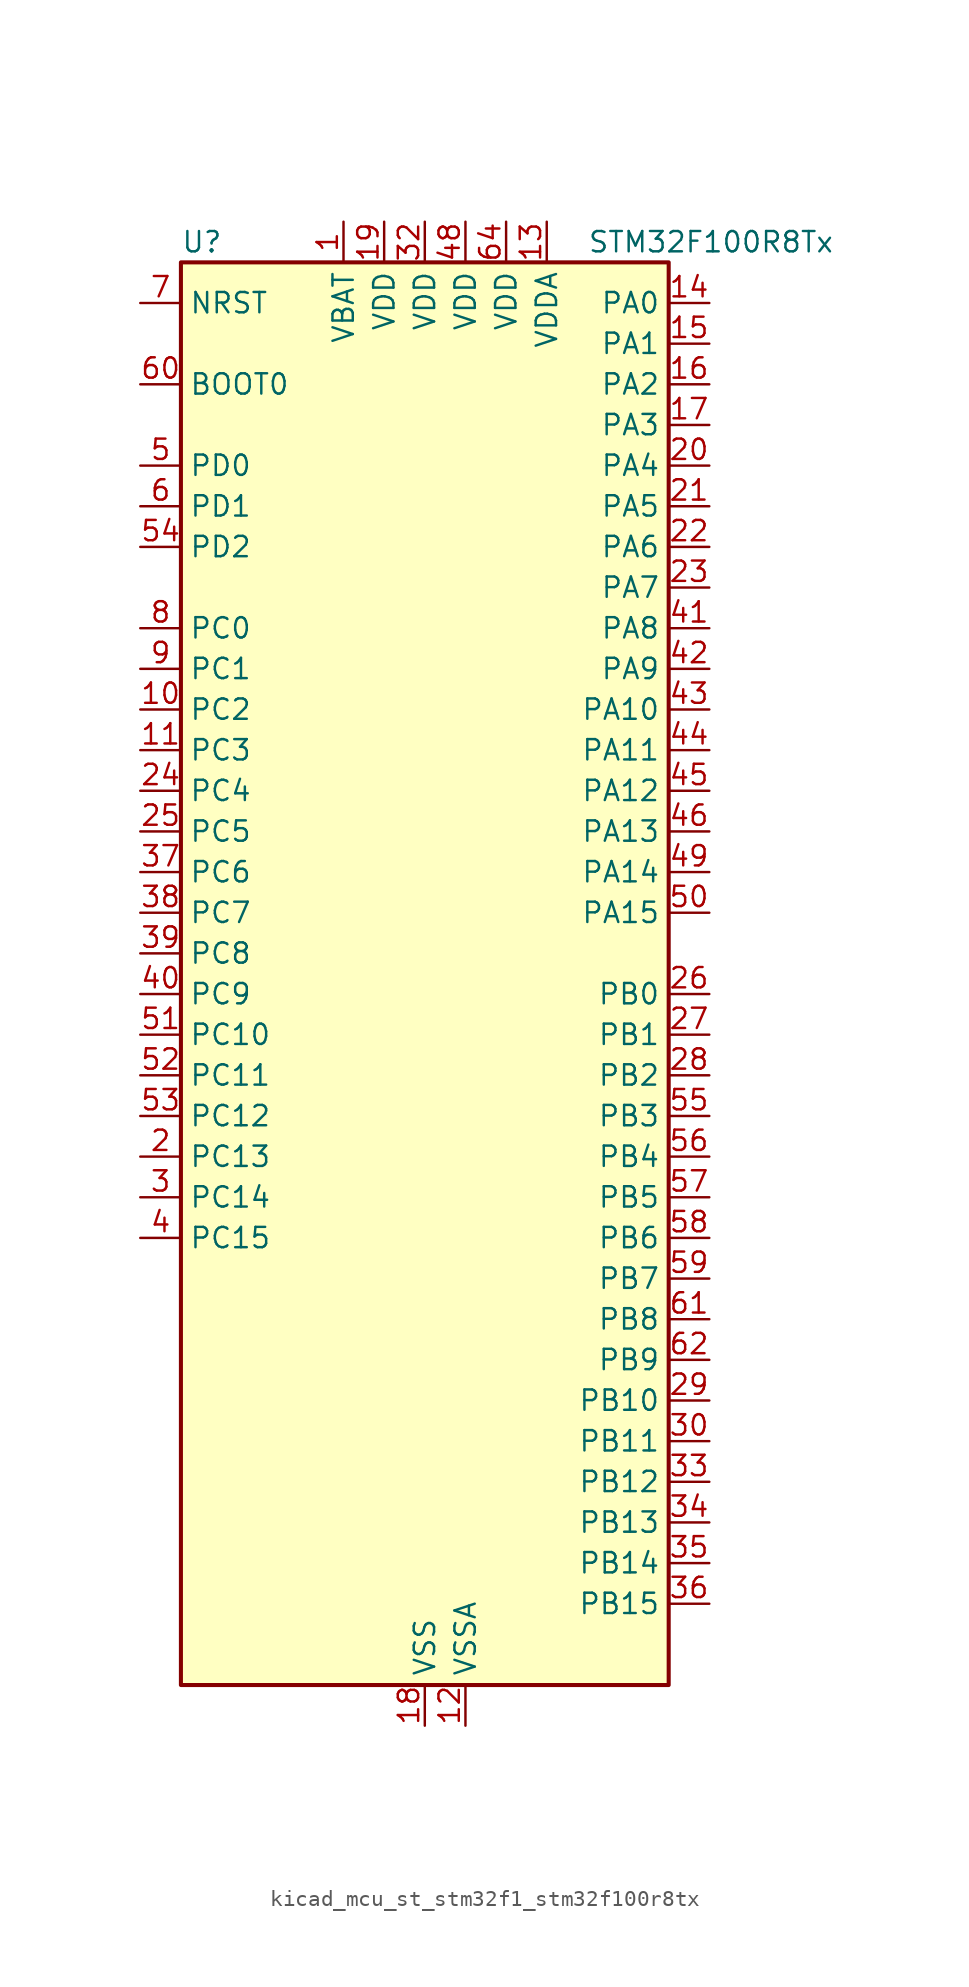
<source format=kicad_sym>
(kicad_symbol_lib
  (version 20220914)
  (generator kicad_symbol_editor)
  (symbol "kicad_mcu_st_stm32f1_stm32f100r8tx"
    (property "Reference" "U"
      (at -15.24 46.99 0)
      (effects (font (size 1.27 1.27)) (justify left)))
    (property "Value" "STM32F100R8Tx"
      (at 10.16 46.99 0)
      (effects (font (size 1.27 1.27)) (justify left)))
    (property "ki_locked" ""
      (at 0 0 0)
      (effects (font (size 1.27 1.27))))
    (symbol "kicad_mcu_st_stm32f1_stm32f100r8tx_0_1"
      (rectangle (start -15.24 -43.18) (end 15.24 45.72) (stroke (width 0.254) (type default)) (fill (type background))))
    (symbol "kicad_mcu_st_stm32f1_stm32f100r8tx_1_1"
      (pin power_in line (at -5.08 48.26 270) (length 2.54) (name "VBAT" (effects (font (size 1.27 1.27)))) (number "1" (effects (font (size 1.27 1.27)))))
      (pin bidirectional line (at -17.78 17.78 0) (length 2.54) (name "PC2" (effects (font (size 1.27 1.27)))) (number "10" (effects (font (size 1.27 1.27)))) (alternate "ADC1_IN12" bidirectional line))
      (pin bidirectional line (at -17.78 15.24 0) (length 2.54) (name "PC3" (effects (font (size 1.27 1.27)))) (number "11" (effects (font (size 1.27 1.27)))) (alternate "ADC1_IN13" bidirectional line))
      (pin power_in line (at 2.54 -45.72 90) (length 2.54) (name "VSSA" (effects (font (size 1.27 1.27)))) (number "12" (effects (font (size 1.27 1.27)))))
      (pin power_in line (at 7.62 48.26 270) (length 2.54) (name "VDDA" (effects (font (size 1.27 1.27)))) (number "13" (effects (font (size 1.27 1.27)))))
      (pin bidirectional line (at 17.78 43.18 180) (length 2.54) (name "PA0" (effects (font (size 1.27 1.27)))) (number "14" (effects (font (size 1.27 1.27)))) (alternate "ADC1_IN0" bidirectional line) (alternate "SYS_WKUP" bidirectional line) (alternate "TIM2_CH1" bidirectional line) (alternate "TIM2_ETR" bidirectional line) (alternate "USART2_CTS" bidirectional line))
      (pin bidirectional line (at 17.78 40.64 180) (length 2.54) (name "PA1" (effects (font (size 1.27 1.27)))) (number "15" (effects (font (size 1.27 1.27)))) (alternate "ADC1_IN1" bidirectional line) (alternate "TIM2_CH2" bidirectional line) (alternate "USART2_RTS" bidirectional line))
      (pin bidirectional line (at 17.78 38.1 180) (length 2.54) (name "PA2" (effects (font (size 1.27 1.27)))) (number "16" (effects (font (size 1.27 1.27)))) (alternate "ADC1_IN2" bidirectional line) (alternate "TIM15_CH1" bidirectional line) (alternate "TIM2_CH3" bidirectional line) (alternate "USART2_TX" bidirectional line))
      (pin bidirectional line (at 17.78 35.56 180) (length 2.54) (name "PA3" (effects (font (size 1.27 1.27)))) (number "17" (effects (font (size 1.27 1.27)))) (alternate "ADC1_IN3" bidirectional line) (alternate "TIM15_CH2" bidirectional line) (alternate "TIM2_CH4" bidirectional line) (alternate "USART2_RX" bidirectional line))
      (pin power_in line (at 0 -45.72 90) (length 2.54) (name "VSS" (effects (font (size 1.27 1.27)))) (number "18" (effects (font (size 1.27 1.27)))))
      (pin power_in line (at -2.54 48.26 270) (length 2.54) (name "VDD" (effects (font (size 1.27 1.27)))) (number "19" (effects (font (size 1.27 1.27)))))
      (pin bidirectional line (at -17.78 -10.16 0) (length 2.54) (name "PC13" (effects (font (size 1.27 1.27)))) (number "2" (effects (font (size 1.27 1.27)))) (alternate "RTC_OUT" bidirectional line) (alternate "RTC_TAMPER" bidirectional line))
      (pin bidirectional line (at 17.78 33.02 180) (length 2.54) (name "PA4" (effects (font (size 1.27 1.27)))) (number "20" (effects (font (size 1.27 1.27)))) (alternate "ADC1_IN4" bidirectional line) (alternate "DAC_OUT1" bidirectional line) (alternate "SPI1_NSS" bidirectional line) (alternate "USART2_CK" bidirectional line))
      (pin bidirectional line (at 17.78 30.48 180) (length 2.54) (name "PA5" (effects (font (size 1.27 1.27)))) (number "21" (effects (font (size 1.27 1.27)))) (alternate "ADC1_IN5" bidirectional line) (alternate "DAC_OUT2" bidirectional line) (alternate "SPI1_SCK" bidirectional line))
      (pin bidirectional line (at 17.78 27.94 180) (length 2.54) (name "PA6" (effects (font (size 1.27 1.27)))) (number "22" (effects (font (size 1.27 1.27)))) (alternate "ADC1_IN6" bidirectional line) (alternate "SPI1_MISO" bidirectional line) (alternate "TIM16_CH1" bidirectional line) (alternate "TIM1_BKIN" bidirectional line) (alternate "TIM3_CH1" bidirectional line))
      (pin bidirectional line (at 17.78 25.4 180) (length 2.54) (name "PA7" (effects (font (size 1.27 1.27)))) (number "23" (effects (font (size 1.27 1.27)))) (alternate "ADC1_IN7" bidirectional line) (alternate "SPI1_MOSI" bidirectional line) (alternate "TIM17_CH1" bidirectional line) (alternate "TIM1_CH1N" bidirectional line) (alternate "TIM3_CH2" bidirectional line))
      (pin bidirectional line (at -17.78 12.7 0) (length 2.54) (name "PC4" (effects (font (size 1.27 1.27)))) (number "24" (effects (font (size 1.27 1.27)))) (alternate "ADC1_IN14" bidirectional line))
      (pin bidirectional line (at -17.78 10.16 0) (length 2.54) (name "PC5" (effects (font (size 1.27 1.27)))) (number "25" (effects (font (size 1.27 1.27)))) (alternate "ADC1_IN15" bidirectional line))
      (pin bidirectional line (at 17.78 0 180) (length 2.54) (name "PB0" (effects (font (size 1.27 1.27)))) (number "26" (effects (font (size 1.27 1.27)))) (alternate "ADC1_IN8" bidirectional line) (alternate "TIM1_CH2N" bidirectional line) (alternate "TIM3_CH3" bidirectional line))
      (pin bidirectional line (at 17.78 -2.54 180) (length 2.54) (name "PB1" (effects (font (size 1.27 1.27)))) (number "27" (effects (font (size 1.27 1.27)))) (alternate "ADC1_IN9" bidirectional line) (alternate "TIM1_CH3N" bidirectional line) (alternate "TIM3_CH4" bidirectional line))
      (pin bidirectional line (at 17.78 -5.08 180) (length 2.54) (name "PB2" (effects (font (size 1.27 1.27)))) (number "28" (effects (font (size 1.27 1.27)))))
      (pin bidirectional line (at 17.78 -25.4 180) (length 2.54) (name "PB10" (effects (font (size 1.27 1.27)))) (number "29" (effects (font (size 1.27 1.27)))) (alternate "CEC" bidirectional line) (alternate "I2C2_SCL" bidirectional line) (alternate "TIM2_CH3" bidirectional line) (alternate "USART3_TX" bidirectional line))
      (pin bidirectional line (at -17.78 -12.7 0) (length 2.54) (name "PC14" (effects (font (size 1.27 1.27)))) (number "3" (effects (font (size 1.27 1.27)))) (alternate "RCC_OSC32_IN" bidirectional line))
      (pin bidirectional line (at 17.78 -27.94 180) (length 2.54) (name "PB11" (effects (font (size 1.27 1.27)))) (number "30" (effects (font (size 1.27 1.27)))) (alternate "ADC1_EXTI11" bidirectional line) (alternate "I2C2_SDA" bidirectional line) (alternate "TIM2_CH4" bidirectional line) (alternate "USART3_RX" bidirectional line))
      (pin passive line (at 0 -45.72 90) (length 2.54) hide (name "VSS" (effects (font (size 1.27 1.27)))) (number "31" (effects (font (size 1.27 1.27)))))
      (pin power_in line (at 0 48.26 270) (length 2.54) (name "VDD" (effects (font (size 1.27 1.27)))) (number "32" (effects (font (size 1.27 1.27)))))
      (pin bidirectional line (at 17.78 -30.48 180) (length 2.54) (name "PB12" (effects (font (size 1.27 1.27)))) (number "33" (effects (font (size 1.27 1.27)))) (alternate "I2C2_SMBA" bidirectional line) (alternate "SPI2_NSS" bidirectional line) (alternate "TIM1_BKIN" bidirectional line) (alternate "USART3_CK" bidirectional line))
      (pin bidirectional line (at 17.78 -33.02 180) (length 2.54) (name "PB13" (effects (font (size 1.27 1.27)))) (number "34" (effects (font (size 1.27 1.27)))) (alternate "SPI2_SCK" bidirectional line) (alternate "TIM1_CH1N" bidirectional line) (alternate "USART3_CTS" bidirectional line))
      (pin bidirectional line (at 17.78 -35.56 180) (length 2.54) (name "PB14" (effects (font (size 1.27 1.27)))) (number "35" (effects (font (size 1.27 1.27)))) (alternate "SPI2_MISO" bidirectional line) (alternate "TIM15_CH1" bidirectional line) (alternate "TIM1_CH2N" bidirectional line) (alternate "USART3_RTS" bidirectional line))
      (pin bidirectional line (at 17.78 -38.1 180) (length 2.54) (name "PB15" (effects (font (size 1.27 1.27)))) (number "36" (effects (font (size 1.27 1.27)))) (alternate "ADC1_EXTI15" bidirectional line) (alternate "SPI2_MOSI" bidirectional line) (alternate "TIM15_CH1N" bidirectional line) (alternate "TIM15_CH2" bidirectional line) (alternate "TIM1_CH3N" bidirectional line))
      (pin bidirectional line (at -17.78 7.62 0) (length 2.54) (name "PC6" (effects (font (size 1.27 1.27)))) (number "37" (effects (font (size 1.27 1.27)))) (alternate "TIM3_CH1" bidirectional line))
      (pin bidirectional line (at -17.78 5.08 0) (length 2.54) (name "PC7" (effects (font (size 1.27 1.27)))) (number "38" (effects (font (size 1.27 1.27)))) (alternate "TIM3_CH2" bidirectional line))
      (pin bidirectional line (at -17.78 2.54 0) (length 2.54) (name "PC8" (effects (font (size 1.27 1.27)))) (number "39" (effects (font (size 1.27 1.27)))) (alternate "TIM3_CH3" bidirectional line))
      (pin bidirectional line (at -17.78 -15.24 0) (length 2.54) (name "PC15" (effects (font (size 1.27 1.27)))) (number "4" (effects (font (size 1.27 1.27)))) (alternate "ADC1_EXTI15" bidirectional line) (alternate "RCC_OSC32_OUT" bidirectional line))
      (pin bidirectional line (at -17.78 0 0) (length 2.54) (name "PC9" (effects (font (size 1.27 1.27)))) (number "40" (effects (font (size 1.27 1.27)))) (alternate "DAC_EXTI9" bidirectional line) (alternate "TIM3_CH4" bidirectional line))
      (pin bidirectional line (at 17.78 22.86 180) (length 2.54) (name "PA8" (effects (font (size 1.27 1.27)))) (number "41" (effects (font (size 1.27 1.27)))) (alternate "RCC_MCO" bidirectional line) (alternate "TIM1_CH1" bidirectional line) (alternate "USART1_CK" bidirectional line))
      (pin bidirectional line (at 17.78 20.32 180) (length 2.54) (name "PA9" (effects (font (size 1.27 1.27)))) (number "42" (effects (font (size 1.27 1.27)))) (alternate "DAC_EXTI9" bidirectional line) (alternate "TIM15_BKIN" bidirectional line) (alternate "TIM1_CH2" bidirectional line) (alternate "USART1_TX" bidirectional line))
      (pin bidirectional line (at 17.78 17.78 180) (length 2.54) (name "PA10" (effects (font (size 1.27 1.27)))) (number "43" (effects (font (size 1.27 1.27)))) (alternate "TIM17_BKIN" bidirectional line) (alternate "TIM1_CH3" bidirectional line) (alternate "USART1_RX" bidirectional line))
      (pin bidirectional line (at 17.78 15.24 180) (length 2.54) (name "PA11" (effects (font (size 1.27 1.27)))) (number "44" (effects (font (size 1.27 1.27)))) (alternate "ADC1_EXTI11" bidirectional line) (alternate "TIM1_CH4" bidirectional line) (alternate "USART1_CTS" bidirectional line))
      (pin bidirectional line (at 17.78 12.7 180) (length 2.54) (name "PA12" (effects (font (size 1.27 1.27)))) (number "45" (effects (font (size 1.27 1.27)))) (alternate "TIM1_ETR" bidirectional line) (alternate "USART1_RTS" bidirectional line))
      (pin bidirectional line (at 17.78 10.16 180) (length 2.54) (name "PA13" (effects (font (size 1.27 1.27)))) (number "46" (effects (font (size 1.27 1.27)))) (alternate "SYS_JTMS-SWDIO" bidirectional line))
      (pin passive line (at 0 -45.72 90) (length 2.54) hide (name "VSS" (effects (font (size 1.27 1.27)))) (number "47" (effects (font (size 1.27 1.27)))))
      (pin power_in line (at 2.54 48.26 270) (length 2.54) (name "VDD" (effects (font (size 1.27 1.27)))) (number "48" (effects (font (size 1.27 1.27)))))
      (pin bidirectional line (at 17.78 7.62 180) (length 2.54) (name "PA14" (effects (font (size 1.27 1.27)))) (number "49" (effects (font (size 1.27 1.27)))) (alternate "SYS_JTCK-SWCLK" bidirectional line))
      (pin bidirectional line (at -17.78 33.02 0) (length 2.54) (name "PD0" (effects (font (size 1.27 1.27)))) (number "5" (effects (font (size 1.27 1.27)))) (alternate "RCC_OSC_IN" bidirectional line))
      (pin bidirectional line (at 17.78 5.08 180) (length 2.54) (name "PA15" (effects (font (size 1.27 1.27)))) (number "50" (effects (font (size 1.27 1.27)))) (alternate "ADC1_EXTI15" bidirectional line) (alternate "SPI1_NSS" bidirectional line) (alternate "SYS_JTDI" bidirectional line) (alternate "TIM2_CH1" bidirectional line) (alternate "TIM2_ETR" bidirectional line))
      (pin bidirectional line (at -17.78 -2.54 0) (length 2.54) (name "PC10" (effects (font (size 1.27 1.27)))) (number "51" (effects (font (size 1.27 1.27)))) (alternate "USART3_TX" bidirectional line))
      (pin bidirectional line (at -17.78 -5.08 0) (length 2.54) (name "PC11" (effects (font (size 1.27 1.27)))) (number "52" (effects (font (size 1.27 1.27)))) (alternate "ADC1_EXTI11" bidirectional line) (alternate "USART3_RX" bidirectional line))
      (pin bidirectional line (at -17.78 -7.62 0) (length 2.54) (name "PC12" (effects (font (size 1.27 1.27)))) (number "53" (effects (font (size 1.27 1.27)))) (alternate "USART3_CK" bidirectional line))
      (pin bidirectional line (at -17.78 27.94 0) (length 2.54) (name "PD2" (effects (font (size 1.27 1.27)))) (number "54" (effects (font (size 1.27 1.27)))) (alternate "TIM3_ETR" bidirectional line))
      (pin bidirectional line (at 17.78 -7.62 180) (length 2.54) (name "PB3" (effects (font (size 1.27 1.27)))) (number "55" (effects (font (size 1.27 1.27)))) (alternate "SPI1_SCK" bidirectional line) (alternate "SYS_JTDO-TRACESWO" bidirectional line) (alternate "TIM2_CH2" bidirectional line))
      (pin bidirectional line (at 17.78 -10.16 180) (length 2.54) (name "PB4" (effects (font (size 1.27 1.27)))) (number "56" (effects (font (size 1.27 1.27)))) (alternate "SPI1_MISO" bidirectional line) (alternate "SYS_NJTRST" bidirectional line) (alternate "TIM3_CH1" bidirectional line))
      (pin bidirectional line (at 17.78 -12.7 180) (length 2.54) (name "PB5" (effects (font (size 1.27 1.27)))) (number "57" (effects (font (size 1.27 1.27)))) (alternate "I2C1_SMBA" bidirectional line) (alternate "SPI1_MOSI" bidirectional line) (alternate "TIM16_BKIN" bidirectional line) (alternate "TIM3_CH2" bidirectional line))
      (pin bidirectional line (at 17.78 -15.24 180) (length 2.54) (name "PB6" (effects (font (size 1.27 1.27)))) (number "58" (effects (font (size 1.27 1.27)))) (alternate "I2C1_SCL" bidirectional line) (alternate "TIM16_CH1N" bidirectional line) (alternate "TIM4_CH1" bidirectional line) (alternate "USART1_TX" bidirectional line))
      (pin bidirectional line (at 17.78 -17.78 180) (length 2.54) (name "PB7" (effects (font (size 1.27 1.27)))) (number "59" (effects (font (size 1.27 1.27)))) (alternate "I2C1_SDA" bidirectional line) (alternate "TIM17_CH1N" bidirectional line) (alternate "TIM4_CH2" bidirectional line) (alternate "USART1_RX" bidirectional line))
      (pin bidirectional line (at -17.78 30.48 0) (length 2.54) (name "PD1" (effects (font (size 1.27 1.27)))) (number "6" (effects (font (size 1.27 1.27)))) (alternate "RCC_OSC_OUT" bidirectional line))
      (pin input line (at -17.78 38.1 0) (length 2.54) (name "BOOT0" (effects (font (size 1.27 1.27)))) (number "60" (effects (font (size 1.27 1.27)))))
      (pin bidirectional line (at 17.78 -20.32 180) (length 2.54) (name "PB8" (effects (font (size 1.27 1.27)))) (number "61" (effects (font (size 1.27 1.27)))) (alternate "CEC" bidirectional line) (alternate "I2C1_SCL" bidirectional line) (alternate "TIM16_CH1" bidirectional line) (alternate "TIM4_CH3" bidirectional line))
      (pin bidirectional line (at 17.78 -22.86 180) (length 2.54) (name "PB9" (effects (font (size 1.27 1.27)))) (number "62" (effects (font (size 1.27 1.27)))) (alternate "DAC_EXTI9" bidirectional line) (alternate "I2C1_SDA" bidirectional line) (alternate "TIM17_CH1" bidirectional line) (alternate "TIM4_CH4" bidirectional line))
      (pin passive line (at 0 -45.72 90) (length 2.54) hide (name "VSS" (effects (font (size 1.27 1.27)))) (number "63" (effects (font (size 1.27 1.27)))))
      (pin power_in line (at 5.08 48.26 270) (length 2.54) (name "VDD" (effects (font (size 1.27 1.27)))) (number "64" (effects (font (size 1.27 1.27)))))
      (pin input line (at -17.78 43.18 0) (length 2.54) (name "NRST" (effects (font (size 1.27 1.27)))) (number "7" (effects (font (size 1.27 1.27)))))
      (pin bidirectional line (at -17.78 22.86 0) (length 2.54) (name "PC0" (effects (font (size 1.27 1.27)))) (number "8" (effects (font (size 1.27 1.27)))) (alternate "ADC1_IN10" bidirectional line))
      (pin bidirectional line (at -17.78 20.32 0) (length 2.54) (name "PC1" (effects (font (size 1.27 1.27)))) (number "9" (effects (font (size 1.27 1.27)))) (alternate "ADC1_IN11" bidirectional line)))))
</source>
